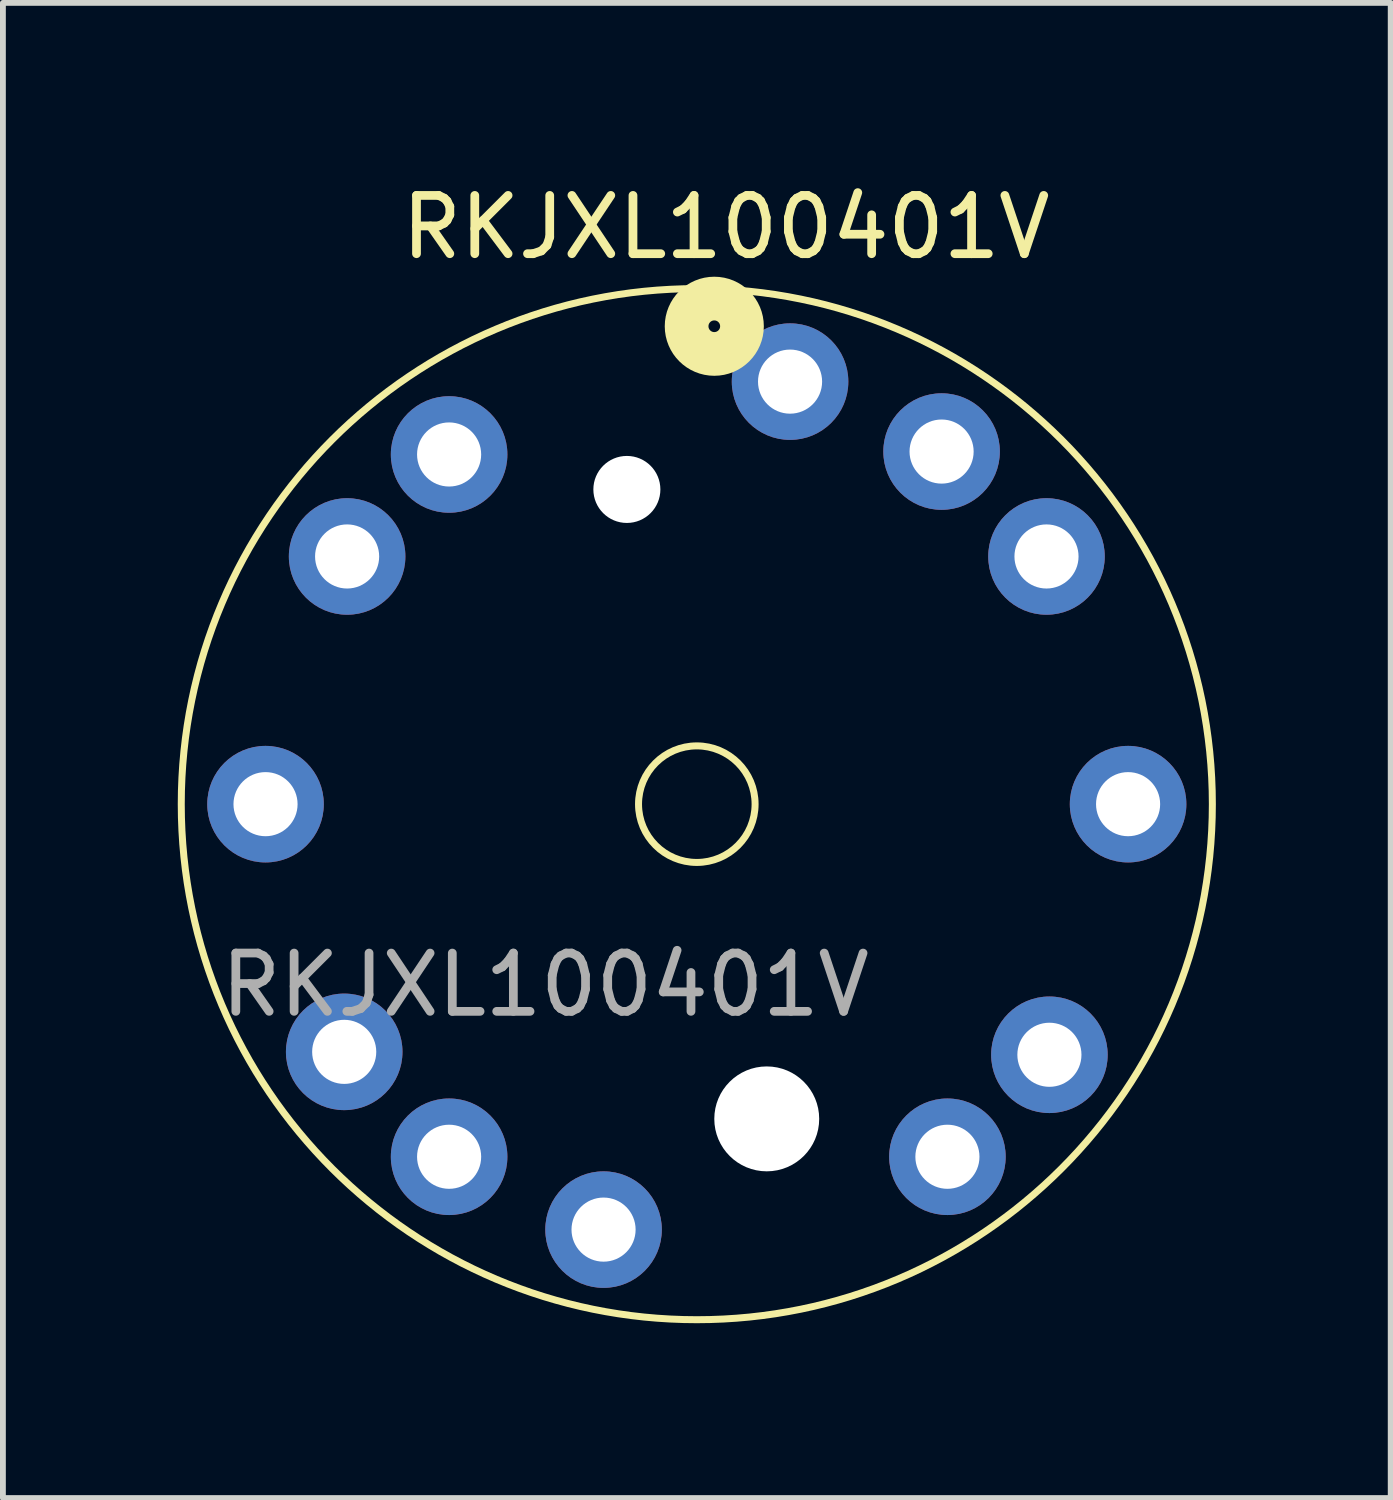
<source format=kicad_pcb>
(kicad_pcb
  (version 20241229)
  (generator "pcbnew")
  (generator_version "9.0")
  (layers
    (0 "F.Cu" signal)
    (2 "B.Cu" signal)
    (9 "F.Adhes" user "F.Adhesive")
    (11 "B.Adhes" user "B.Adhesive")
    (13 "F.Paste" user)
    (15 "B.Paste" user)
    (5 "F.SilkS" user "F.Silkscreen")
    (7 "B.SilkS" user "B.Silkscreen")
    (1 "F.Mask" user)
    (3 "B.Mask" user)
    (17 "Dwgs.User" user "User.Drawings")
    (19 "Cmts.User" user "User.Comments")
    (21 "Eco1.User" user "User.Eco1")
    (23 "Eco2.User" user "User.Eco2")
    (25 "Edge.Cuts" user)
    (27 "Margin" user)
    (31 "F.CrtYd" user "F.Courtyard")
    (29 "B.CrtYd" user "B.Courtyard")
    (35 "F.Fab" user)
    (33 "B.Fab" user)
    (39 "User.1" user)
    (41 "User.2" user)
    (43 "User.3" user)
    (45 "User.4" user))
  (footprint "RKJXL100401V"
    (layer "F.Cu")
    (at 8.906 10.748)
    (property "Reference" "RKJXL100401V" (at 0.5 -9.9 0) (unlocked yes) (layer "F.SilkS") (effects (font (size 1 1) (thickness 0.15))))
    (attr through_hole)
    (fp_circle (center 0 0) (end 0.8 -0.6) (stroke (width 0.12) (type solid)) (fill no) (layer "F.SilkS"))
    (fp_circle (center 0 0) (end 6.5 -6) (stroke (width 0.12) (type solid)) (fill no) (layer "F.SilkS"))
    (fp_circle (center 0.3 -8.2) (end 0.4 -8.2) (stroke (width 0.75) (type solid)) (fill no) (layer "F.SilkS"))
    (fp_text user "${REFERENCE}" (at -2.6 3.1 0) (unlocked yes) (layer "F.Fab") (effects (font (size 1 1) (thickness 0.15))))
    (pad "" np_thru_hole circle (at -1.2 -5.4) (size 1.15 1.15) (drill 1.15) (layers "*.Cu" "*.Mask"))
    (pad "" np_thru_hole circle (at 1.2 5.4) (size 1.8 1.8) (drill 1.8) (layers "*.Cu" "*.Mask"))
    (pad "1" thru_hole circle (at 1.6 -7.25) (size 2 2) (drill 1.1) (layers "*.Cu" "*.Mask"))
    (pad "2" thru_hole circle (at -1.6 7.3) (size 2 2) (drill 1.1) (layers "*.Cu" "*.Mask"))
    (pad "A" thru_hole circle (at -4.25 -6 90) (size 2 2) (drill 1.1) (layers "*.Cu" "*.Mask"))
    (pad "B" thru_hole circle (at -6 -4.25 90) (size 2 2) (drill 1.1) (layers "*.Cu" "*.Mask"))
    (pad "C" thru_hole circle (at -6.05 4.25) (size 2 2) (drill 1.1) (layers "*.Cu" "*.Mask"))
    (pad "C1" thru_hole circle (at 7.4 0) (size 2 2) (drill 1.1) (layers "*.Cu" "*.Mask"))
    (pad "C2" thru_hole circle (at -7.4 0) (size 2 2) (drill 1.1) (layers "*.Cu" "*.Mask"))
    (pad "D" thru_hole circle (at -4.25 6.05) (size 2 2) (drill 1.1) (layers "*.Cu" "*.Mask"))
    (pad "E" thru_hole circle (at 4.3 6.05 90) (size 2 2) (drill 1.1) (layers "*.Cu" "*.Mask"))
    (pad "F" thru_hole circle (at 6.05 4.3 90) (size 2 2) (drill 1.1) (layers "*.Cu" "*.Mask"))
    (pad "G" thru_hole circle (at 6 -4.25) (size 2 2) (drill 1.1) (layers "*.Cu" "*.Mask"))
    (pad "H" thru_hole circle (at 4.2 -6.05) (size 2 2) (drill 1.1) (layers "*.Cu" "*.Mask")))
  (gr_rect
    (start -3 -3)
    (end 20.812 22.654)
    (stroke (width 0.1) (type default))
    (fill no)
    (layer "Edge.Cuts")))
</source>
